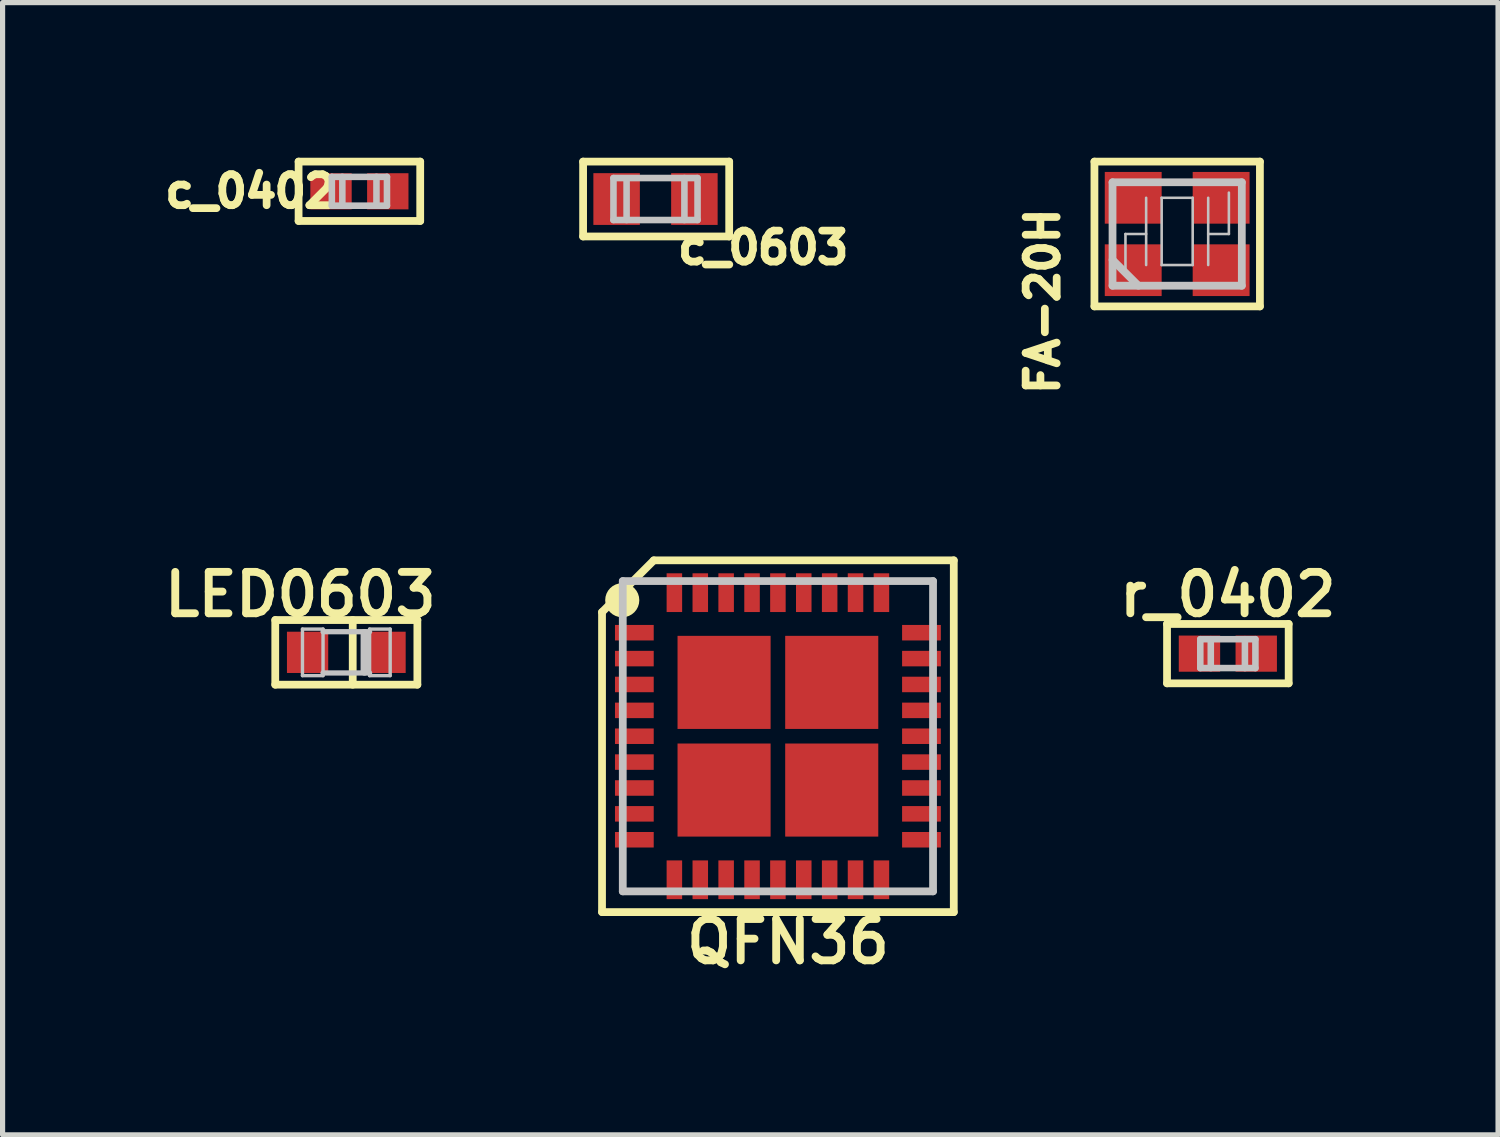
<source format=kicad_pcb>
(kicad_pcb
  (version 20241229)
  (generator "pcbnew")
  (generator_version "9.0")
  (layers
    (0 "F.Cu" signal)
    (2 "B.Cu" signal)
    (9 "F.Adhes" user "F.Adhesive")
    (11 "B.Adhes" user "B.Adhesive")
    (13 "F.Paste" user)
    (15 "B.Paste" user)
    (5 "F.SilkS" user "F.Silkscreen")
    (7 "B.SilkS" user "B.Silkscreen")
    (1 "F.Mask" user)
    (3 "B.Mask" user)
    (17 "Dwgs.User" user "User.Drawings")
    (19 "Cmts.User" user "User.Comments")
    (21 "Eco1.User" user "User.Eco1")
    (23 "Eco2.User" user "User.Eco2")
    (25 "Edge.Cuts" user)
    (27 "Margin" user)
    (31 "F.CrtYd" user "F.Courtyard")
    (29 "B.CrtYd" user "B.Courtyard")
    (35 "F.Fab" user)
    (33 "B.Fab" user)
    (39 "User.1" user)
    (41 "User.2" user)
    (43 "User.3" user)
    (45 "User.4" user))
  (footprint "LED0603"
    (layer "F.Cu")
    (at 3.647 9.565)
    (property "Reference" "LED0603" (at -0.889 -1.118 0) (layer "F.SilkS") (effects (font (size 0.8 0.8) (thickness 0.152))))
    (attr smd)
    (fp_line (start -1.374 -0.625) (end -1.374 0.625) (stroke (width 0.15) (type solid)) (layer "F.SilkS"))
    (fp_line (start -1.374 0.625) (end 1.374 0.625) (stroke (width 0.15) (type solid)) (layer "F.SilkS"))
    (fp_line (start 0.124 -0.625) (end 0.124 0.625) (stroke (width 0.15) (type solid)) (layer "F.SilkS"))
    (fp_line (start 1.374 -0.625) (end -1.374 -0.625) (stroke (width 0.15) (type solid)) (layer "F.SilkS"))
    (fp_line (start 1.374 0.625) (end 1.374 -0.625) (stroke (width 0.15) (type solid)) (layer "F.SilkS"))
    (fp_line (start -0.848 -0.45) (end -0.848 0.45) (stroke (width 0.066) (type solid)) (layer "Dwgs.User"))
    (fp_line (start -0.848 -0.45) (end -0.45 -0.45) (stroke (width 0.066) (type solid)) (layer "Dwgs.User"))
    (fp_line (start -0.848 0.45) (end -0.45 0.45) (stroke (width 0.066) (type solid)) (layer "Dwgs.User"))
    (fp_line (start -0.45 -0.45) (end -0.45 0.45) (stroke (width 0.066) (type solid)) (layer "Dwgs.User"))
    (fp_line (start 0.351 -0.376) (end 0.351 0.376) (stroke (width 0.15) (type solid)) (layer "Dwgs.User"))
    (fp_line (start 0.45 -0.45) (end 0.45 0.45) (stroke (width 0.066) (type solid)) (layer "Dwgs.User"))
    (fp_line (start 0.45 -0.45) (end 0.848 -0.45) (stroke (width 0.066) (type solid)) (layer "Dwgs.User"))
    (fp_line (start 0.45 -0.399) (end -0.45 -0.399) (stroke (width 0.102) (type solid)) (layer "Dwgs.User"))
    (fp_line (start 0.45 0.399) (end -0.45 0.399) (stroke (width 0.102) (type solid)) (layer "Dwgs.User"))
    (fp_line (start 0.45 0.45) (end 0.848 0.45) (stroke (width 0.066) (type solid)) (layer "Dwgs.User"))
    (fp_line (start 0.848 -0.45) (end 0.848 0.45) (stroke (width 0.066) (type solid)) (layer "Dwgs.User"))
    (pad "1" smd rect (at -0.749 0) (size 0.798 0.798) (layers "F.Cu" "F.Mask" "F.Paste"))
    (pad "2" smd rect (at 0.749 0) (size 0.798 0.798) (layers "F.Cu" "F.Mask" "F.Paste")))
  (footprint "c_0402"
    (layer "F.Cu")
    (at 3.9 0.649)
    (property "Reference" "c_0402" (at -2.108 0 0) (layer "F.SilkS") (effects (font (size 0.599 0.599) (thickness 0.15))))
    (attr smd)
    (fp_line (start -1.176 -0.574) (end 1.176 -0.574) (stroke (width 0.15) (type solid)) (layer "F.SilkS"))
    (fp_line (start -1.176 0.574) (end -1.176 -0.574) (stroke (width 0.15) (type solid)) (layer "F.SilkS"))
    (fp_line (start 1.176 -0.574) (end 1.176 0.574) (stroke (width 0.15) (type solid)) (layer "F.SilkS"))
    (fp_line (start 1.176 0.574) (end -1.176 0.574) (stroke (width 0.15) (type solid)) (layer "F.SilkS"))
    (fp_line (start -0.533 -0.279) (end -0.533 0.279) (stroke (width 0.127) (type solid)) (layer "Dwgs.User"))
    (fp_line (start -0.533 0.279) (end 0.533 0.279) (stroke (width 0.127) (type solid)) (layer "Dwgs.User"))
    (fp_line (start -0.33 -0.279) (end -0.33 0.279) (stroke (width 0.127) (type solid)) (layer "Dwgs.User"))
    (fp_line (start 0.33 -0.279) (end 0.33 0.279) (stroke (width 0.127) (type solid)) (layer "Dwgs.User"))
    (fp_line (start 0.533 -0.279) (end -0.533 -0.279) (stroke (width 0.127) (type solid)) (layer "Dwgs.User"))
    (fp_line (start 0.533 0.279) (end 0.533 -0.279) (stroke (width 0.127) (type solid)) (layer "Dwgs.User"))
    (pad "1" smd rect (at 0.549 0) (size 0.8 0.699) (layers "F.Cu" "F.Mask" "F.Paste"))
    (pad "2" smd rect (at -0.549 0) (size 0.8 0.699) (layers "F.Cu" "F.Mask" "F.Paste")))
  (footprint "FA-20H"
    (layer "F.Cu")
    (at 19.714 1.475)
    (property "Reference" "FA-20H" (at -2.6 1.3 270) (layer "F.SilkS") (effects (font (size 0.6 0.6) (thickness 0.15))))
    (attr smd)
    (fp_line (start -1.6 -1.4) (end 1.6 -1.4) (stroke (width 0.15) (type solid)) (layer "F.SilkS"))
    (fp_line (start -1.6 1.4) (end -1.6 -1.4) (stroke (width 0.15) (type solid)) (layer "F.SilkS"))
    (fp_line (start 1.6 -1.4) (end 1.6 1.4) (stroke (width 0.15) (type solid)) (layer "F.SilkS"))
    (fp_line (start 1.6 1.4) (end -1.6 1.4) (stroke (width 0.15) (type solid)) (layer "F.SilkS"))
    (fp_line (start -1.25 -1) (end 1.25 -1) (stroke (width 0.15) (type solid)) (layer "Dwgs.User"))
    (fp_line (start -1.25 0.5) (end -0.75 1) (stroke (width 0.15) (type solid)) (layer "Dwgs.User"))
    (fp_line (start -1.25 1) (end -1.25 -1) (stroke (width 0.15) (type solid)) (layer "Dwgs.User"))
    (fp_line (start -1 0) (end -0.6 0) (stroke (width 0.05) (type solid)) (layer "Dwgs.User"))
    (fp_line (start -1 0.8) (end -1 0) (stroke (width 0.05) (type solid)) (layer "Dwgs.User"))
    (fp_line (start -0.6 -0.7) (end -0.6 0.6) (stroke (width 0.05) (type solid)) (layer "Dwgs.User"))
    (fp_line (start -0.3 -0.7) (end 0.3 -0.7) (stroke (width 0.05) (type solid)) (layer "Dwgs.User"))
    (fp_line (start -0.3 0.6) (end -0.3 -0.7) (stroke (width 0.05) (type solid)) (layer "Dwgs.User"))
    (fp_line (start 0.3 -0.7) (end 0.3 0.6) (stroke (width 0.05) (type solid)) (layer "Dwgs.User"))
    (fp_line (start 0.3 0.6) (end -0.3 0.6) (stroke (width 0.05) (type solid)) (layer "Dwgs.User"))
    (fp_line (start 0.6 -0.7) (end 0.6 0.6) (stroke (width 0.05) (type solid)) (layer "Dwgs.User"))
    (fp_line (start 0.6 0) (end 1 0) (stroke (width 0.05) (type solid)) (layer "Dwgs.User"))
    (fp_line (start 1 0) (end 1 -0.8) (stroke (width 0.05) (type solid)) (layer "Dwgs.User"))
    (fp_line (start 1.25 -1) (end 1.25 1) (stroke (width 0.15) (type solid)) (layer "Dwgs.User"))
    (fp_line (start 1.25 1) (end -1.25 1) (stroke (width 0.15) (type solid)) (layer "Dwgs.User"))
    (pad "1" smd rect (at -0.85 0.7) (size 1.1 1) (layers "F.Cu" "F.Mask" "F.Paste"))
    (pad "2" smd rect (at 0.85 -0.7) (size 1.1 1) (layers "F.Cu" "F.Mask" "F.Paste"))
    (pad "3" smd rect (at -0.85 -0.7) (size 1.1 1) (layers "F.Cu" "F.Mask" "F.Paste"))
    (pad "3" smd rect (at 0.85 0.7) (size 1.1 1) (layers "F.Cu" "F.Mask" "F.Paste")))
  (footprint "r_0402"
    (layer "F.Cu")
    (at 20.694 9.59)
    (property "Reference" "r_0402" (at 0 -1.143 0) (layer "F.SilkS") (effects (font (size 0.8 0.8) (thickness 0.152))))
    (attr through_hole)
    (fp_line (start -1.176 -0.574) (end 1.176 -0.574) (stroke (width 0.15) (type solid)) (layer "F.SilkS"))
    (fp_line (start -1.176 0.574) (end -1.176 -0.574) (stroke (width 0.15) (type solid)) (layer "F.SilkS"))
    (fp_line (start 1.176 -0.574) (end 1.176 0.574) (stroke (width 0.15) (type solid)) (layer "F.SilkS"))
    (fp_line (start 1.176 0.574) (end -1.176 0.574) (stroke (width 0.15) (type solid)) (layer "F.SilkS"))
    (fp_line (start -0.533 -0.279) (end -0.533 0.279) (stroke (width 0.127) (type solid)) (layer "Dwgs.User"))
    (fp_line (start -0.533 0.279) (end 0.533 0.279) (stroke (width 0.127) (type solid)) (layer "Dwgs.User"))
    (fp_line (start -0.33 -0.279) (end -0.33 0.279) (stroke (width 0.127) (type solid)) (layer "Dwgs.User"))
    (fp_line (start 0.33 -0.279) (end 0.33 0.279) (stroke (width 0.127) (type solid)) (layer "Dwgs.User"))
    (fp_line (start 0.533 -0.279) (end -0.533 -0.279) (stroke (width 0.127) (type solid)) (layer "Dwgs.User"))
    (fp_line (start 0.533 0.279) (end 0.533 -0.279) (stroke (width 0.127) (type solid)) (layer "Dwgs.User"))
    (pad "1" smd rect (at 0.549 0) (size 0.8 0.699) (layers "F.Cu" "F.Mask" "F.Paste"))
    (pad "2" smd rect (at -0.549 0) (size 0.8 0.699) (layers "F.Cu" "F.Mask" "F.Paste")))
  (footprint "QFN36"
    (layer "F.Cu")
    (at 11.993 11.187)
    (property "Reference" "QFN36" (at 0.195 3.972 0) (layer "F.SilkS") (effects (font (size 0.8 0.8) (thickness 0.152))))
    (attr smd)
    (fp_line (start -3.401 -2.4) (end -3.401 3.401) (stroke (width 0.15) (type solid)) (layer "F.SilkS"))
    (fp_line (start -2.4 -3.401) (end -3.401 -2.4) (stroke (width 0.15) (type solid)) (layer "F.SilkS"))
    (fp_line (start -2.4 -3.401) (end 3.401 -3.401) (stroke (width 0.15) (type solid)) (layer "F.SilkS"))
    (fp_line (start 3.401 -3.401) (end 3.401 3.401) (stroke (width 0.15) (type solid)) (layer "F.SilkS"))
    (fp_line (start 3.401 3.401) (end -3.401 3.401) (stroke (width 0.15) (type solid)) (layer "F.SilkS"))
    (fp_circle (center -3.01 -2.63) (end -2.83 -2.63) (stroke (width 0.3) (type solid)) (fill no) (layer "F.SilkS"))
    (fp_line (start -3 -3) (end 3 -3) (stroke (width 0.15) (type solid)) (layer "Dwgs.User"))
    (fp_line (start -3 3) (end -3 -3) (stroke (width 0.15) (type solid)) (layer "Dwgs.User"))
    (fp_line (start 3 -3) (end 3 3) (stroke (width 0.15) (type solid)) (layer "Dwgs.User"))
    (fp_line (start 3 3) (end -3 3) (stroke (width 0.15) (type solid)) (layer "Dwgs.User"))
    (pad "1" smd rect (at -2.776 -2.002 90) (size 0.3 0.749) (layers "F.Cu" "F.Mask" "F.Paste"))
    (pad "2" smd rect (at -2.776 -1.501 90) (size 0.3 0.749) (layers "F.Cu" "F.Mask" "F.Paste"))
    (pad "3" smd rect (at -2.776 -1.001 90) (size 0.3 0.749) (layers "F.Cu" "F.Mask" "F.Paste"))
    (pad "4" smd rect (at -2.776 -0.5 90) (size 0.3 0.749) (layers "F.Cu" "F.Mask" "F.Paste"))
    (pad "5" smd rect (at -2.776 0 90) (size 0.3 0.749) (layers "F.Cu" "F.Mask" "F.Paste"))
    (pad "6" smd rect (at -2.776 0.5 90) (size 0.3 0.749) (layers "F.Cu" "F.Mask" "F.Paste"))
    (pad "7" smd rect (at -2.776 1.001 90) (size 0.3 0.749) (layers "F.Cu" "F.Mask" "F.Paste"))
    (pad "8" smd rect (at -2.776 1.501 90) (size 0.3 0.749) (layers "F.Cu" "F.Mask" "F.Paste"))
    (pad "9" smd rect (at -2.776 2.002 90) (size 0.3 0.749) (layers "F.Cu" "F.Mask" "F.Paste"))
    (pad "10" smd rect (at -2.002 2.776) (size 0.3 0.749) (layers "F.Cu" "F.Mask" "F.Paste"))
    (pad "11" smd rect (at -1.501 2.776) (size 0.3 0.749) (layers "F.Cu" "F.Mask" "F.Paste"))
    (pad "12" smd rect (at -1.001 2.776) (size 0.3 0.749) (layers "F.Cu" "F.Mask" "F.Paste"))
    (pad "13" smd rect (at -0.5 2.776) (size 0.3 0.749) (layers "F.Cu" "F.Mask" "F.Paste"))
    (pad "14" smd rect (at 0 2.776) (size 0.3 0.749) (layers "F.Cu" "F.Mask" "F.Paste"))
    (pad "15" smd rect (at 0.5 2.776) (size 0.3 0.749) (layers "F.Cu" "F.Mask" "F.Paste"))
    (pad "16" smd rect (at 1.001 2.776) (size 0.3 0.749) (layers "F.Cu" "F.Mask" "F.Paste"))
    (pad "17" smd rect (at 1.501 2.776 90) (size 0.749 0.3) (layers "F.Cu" "F.Mask" "F.Paste"))
    (pad "18" smd rect (at 2.002 2.776 90) (size 0.749 0.3) (layers "F.Cu" "F.Mask" "F.Paste"))
    (pad "19" smd rect (at 2.776 2.002 90) (size 0.3 0.749) (layers "F.Cu" "F.Mask" "F.Paste"))
    (pad "20" smd rect (at 2.776 1.501 90) (size 0.3 0.749) (layers "F.Cu" "F.Mask" "F.Paste"))
    (pad "21" smd rect (at 2.776 1.001 90) (size 0.3 0.749) (layers "F.Cu" "F.Mask" "F.Paste"))
    (pad "22" smd rect (at 2.776 0.5 90) (size 0.3 0.749) (layers "F.Cu" "F.Mask" "F.Paste"))
    (pad "23" smd rect (at 2.776 0 90) (size 0.3 0.749) (layers "F.Cu" "F.Mask" "F.Paste"))
    (pad "24" smd rect (at 2.776 -0.5 90) (size 0.3 0.749) (layers "F.Cu" "F.Mask" "F.Paste"))
    (pad "25" smd rect (at 2.776 -1.001 90) (size 0.3 0.749) (layers "F.Cu" "F.Mask" "F.Paste"))
    (pad "26" smd rect (at 2.776 -1.501 90) (size 0.3 0.749) (layers "F.Cu" "F.Mask" "F.Paste"))
    (pad "27" smd rect (at 2.776 -2.002 90) (size 0.3 0.749) (layers "F.Cu" "F.Mask" "F.Paste"))
    (pad "28" smd rect (at 2.002 -2.776) (size 0.3 0.749) (layers "F.Cu" "F.Mask" "F.Paste"))
    (pad "29" smd rect (at 1.501 -2.776) (size 0.3 0.749) (layers "F.Cu" "F.Mask" "F.Paste"))
    (pad "30" smd rect (at 1.001 -2.776) (size 0.3 0.749) (layers "F.Cu" "F.Mask" "F.Paste"))
    (pad "31" smd rect (at 0.5 -2.776) (size 0.3 0.749) (layers "F.Cu" "F.Mask" "F.Paste"))
    (pad "32" smd rect (at 0 -2.776) (size 0.3 0.749) (layers "F.Cu" "F.Mask" "F.Paste"))
    (pad "33" smd rect (at -0.5 -2.776) (size 0.3 0.749) (layers "F.Cu" "F.Mask" "F.Paste"))
    (pad "34" smd rect (at -1.001 -2.776) (size 0.3 0.749) (layers "F.Cu" "F.Mask" "F.Paste"))
    (pad "35" smd rect (at -1.501 -2.776) (size 0.3 0.749) (layers "F.Cu" "F.Mask" "F.Paste"))
    (pad "36" smd rect (at -2.002 -2.776) (size 0.3 0.749) (layers "F.Cu" "F.Mask" "F.Paste"))
    (pad "37" smd rect (at -1.041 -1.041) (size 1.8 1.8) (layers "F.Cu" "F.Mask" "F.Paste"))
    (pad "37" smd rect (at -1.041 1.041) (size 1.8 1.8) (layers "F.Cu" "F.Mask" "F.Paste"))
    (pad "37" smd rect (at 1.041 -1.041) (size 1.8 1.8) (layers "F.Cu" "F.Mask" "F.Paste"))
    (pad "37" smd rect (at 1.041 1.041) (size 1.8 1.8) (layers "F.Cu" "F.Mask" "F.Paste")))
  (footprint "c_0603"
    (layer "F.Cu")
    (at 9.626 0.799)
    (property "Reference" "c_0603" (at 2.083 0.94 0) (layer "F.SilkS") (effects (font (size 0.599 0.599) (thickness 0.15))))
    (attr through_hole)
    (fp_line (start -1.4 -0.724) (end 1.425 -0.724) (stroke (width 0.15) (type solid)) (layer "F.SilkS"))
    (fp_line (start -1.4 0.724) (end -1.4 -0.724) (stroke (width 0.15) (type solid)) (layer "F.SilkS"))
    (fp_line (start 1.425 -0.724) (end 1.425 0.724) (stroke (width 0.15) (type solid)) (layer "F.SilkS"))
    (fp_line (start 1.425 0.724) (end -1.4 0.724) (stroke (width 0.15) (type solid)) (layer "F.SilkS"))
    (fp_line (start -0.813 -0.406) (end 0.813 -0.406) (stroke (width 0.127) (type solid)) (layer "Dwgs.User"))
    (fp_line (start -0.813 0.406) (end -0.813 -0.406) (stroke (width 0.127) (type solid)) (layer "Dwgs.User"))
    (fp_line (start -0.559 -0.381) (end -0.559 0.406) (stroke (width 0.127) (type solid)) (layer "Dwgs.User"))
    (fp_line (start 0.559 0.406) (end 0.559 -0.406) (stroke (width 0.127) (type solid)) (layer "Dwgs.User"))
    (fp_line (start 0.813 -0.406) (end 0.813 0.406) (stroke (width 0.127) (type solid)) (layer "Dwgs.User"))
    (fp_line (start 0.813 0.406) (end -0.813 0.406) (stroke (width 0.127) (type solid)) (layer "Dwgs.User"))
    (pad "1" smd rect (at 0.752 0) (size 0.899 1.001) (layers "F.Cu" "F.Mask" "F.Paste"))
    (pad "2" smd rect (at -0.752 0) (size 0.899 1.001) (layers "F.Cu" "F.Mask" "F.Paste")))
  (gr_rect
    (start -3 -3)
    (end 25.919 18.895)
    (stroke (width 0.1) (type default))
    (fill no)
    (layer "Edge.Cuts")))
</source>
